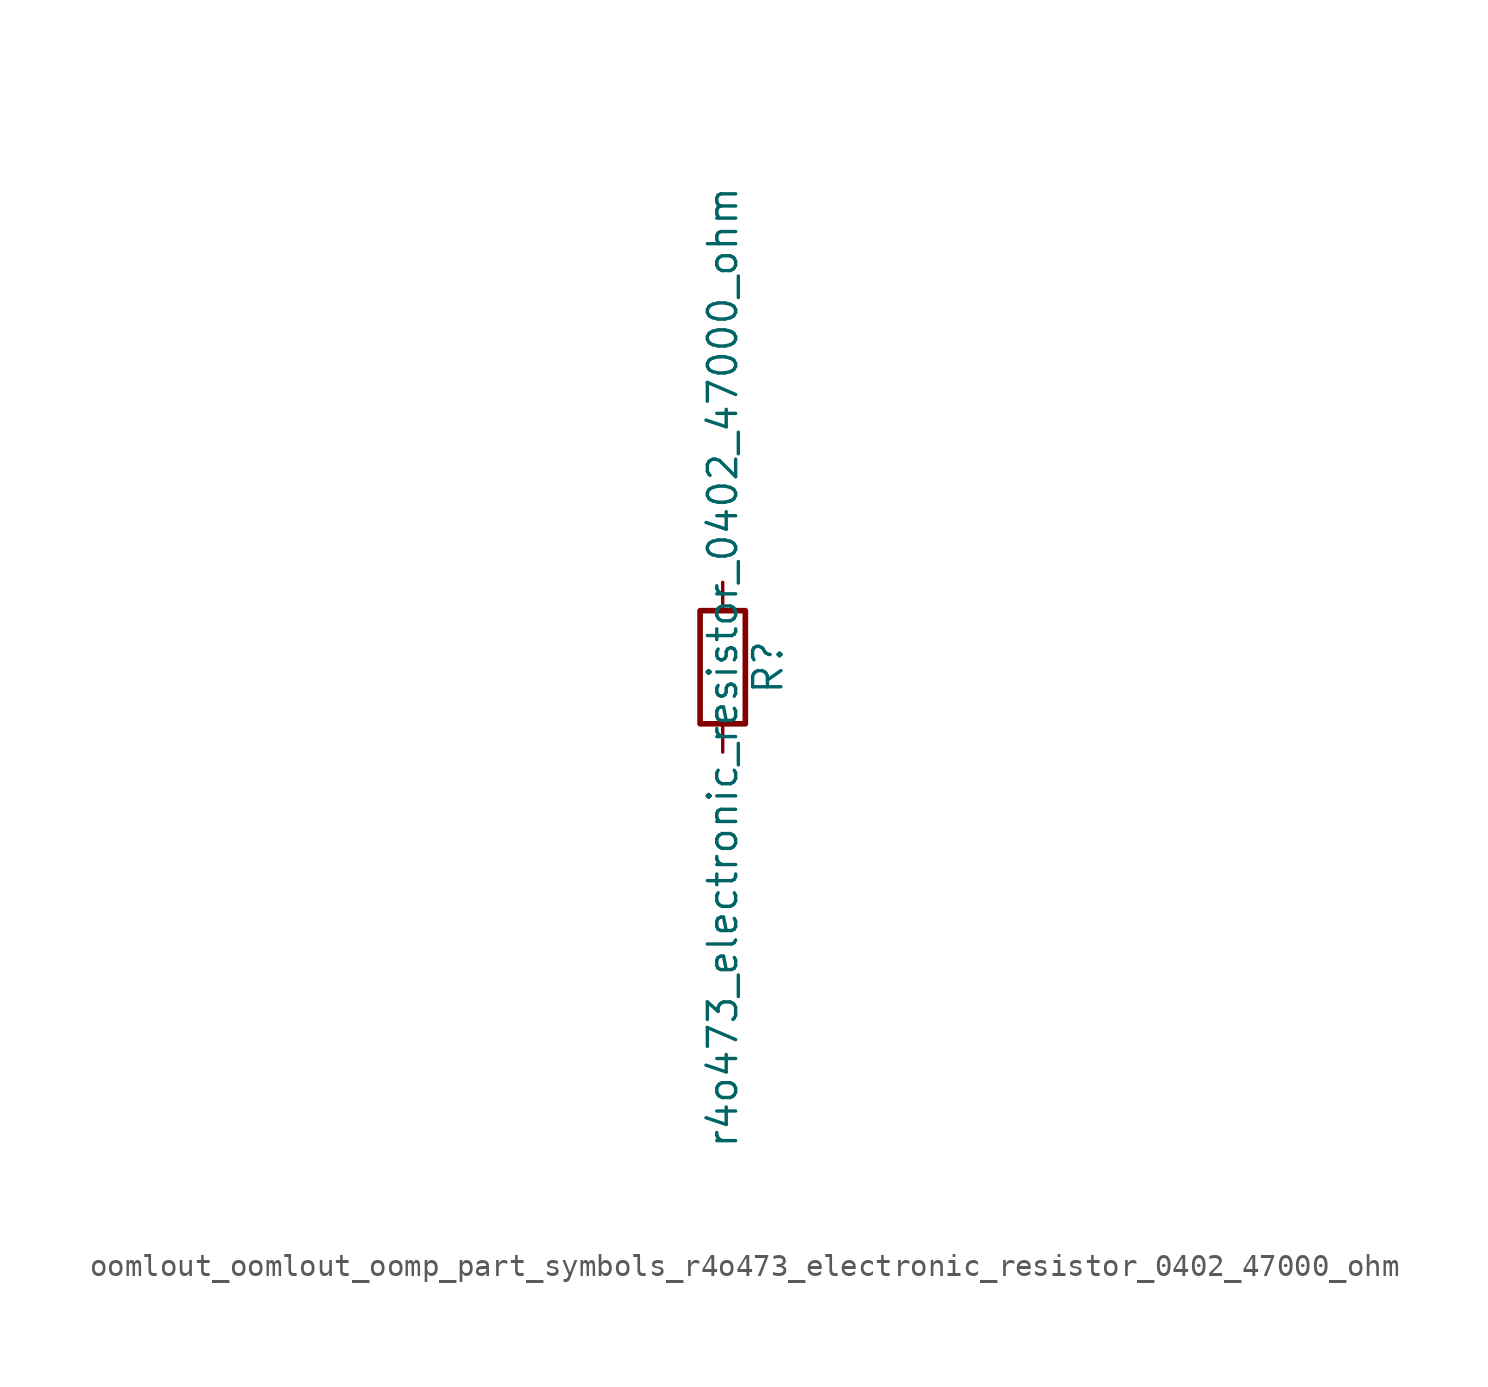
<source format=kicad_sym>
(kicad_symbol_lib
  (version 20220914)
  (generator kicad_symbol_editor)
  (symbol "oomlout_oomlout_oomp_part_symbols_r4o473_electronic_resistor_0402_47000_ohm"
    (pin_numbers hide)
    (pin_names
      (offset 0))
    (property "Reference" "R"
      (at 2.032 0 90)
      (effects (font (size 1.27 1.27))))
    (property "Value" "r4o473_electronic_resistor_0402_47000_ohm"
      (at 0 0 90)
      (effects (font (size 1.27 1.27))))
    (symbol "oomlout_oomlout_oomp_part_symbols_r4o473_electronic_resistor_0402_47000_ohm_0_1"
      (rectangle (start -1.016 -2.54) (end 1.016 2.54) (stroke (width 0.254) (type default)) (fill (type none))))
    (symbol "oomlout_oomlout_oomp_part_symbols_r4o473_electronic_resistor_0402_47000_ohm_1_1"
      (pin passive line (at 0 3.81 270) (length 1.27) (name "~" (effects (font (size 1.27 1.27)))) (number "1" (effects (font (size 1.27 1.27)))))
      (pin passive line (at 0 -3.81 90) (length 1.27) (name "~" (effects (font (size 1.27 1.27)))) (number "2" (effects (font (size 1.27 1.27))))))))
</source>
